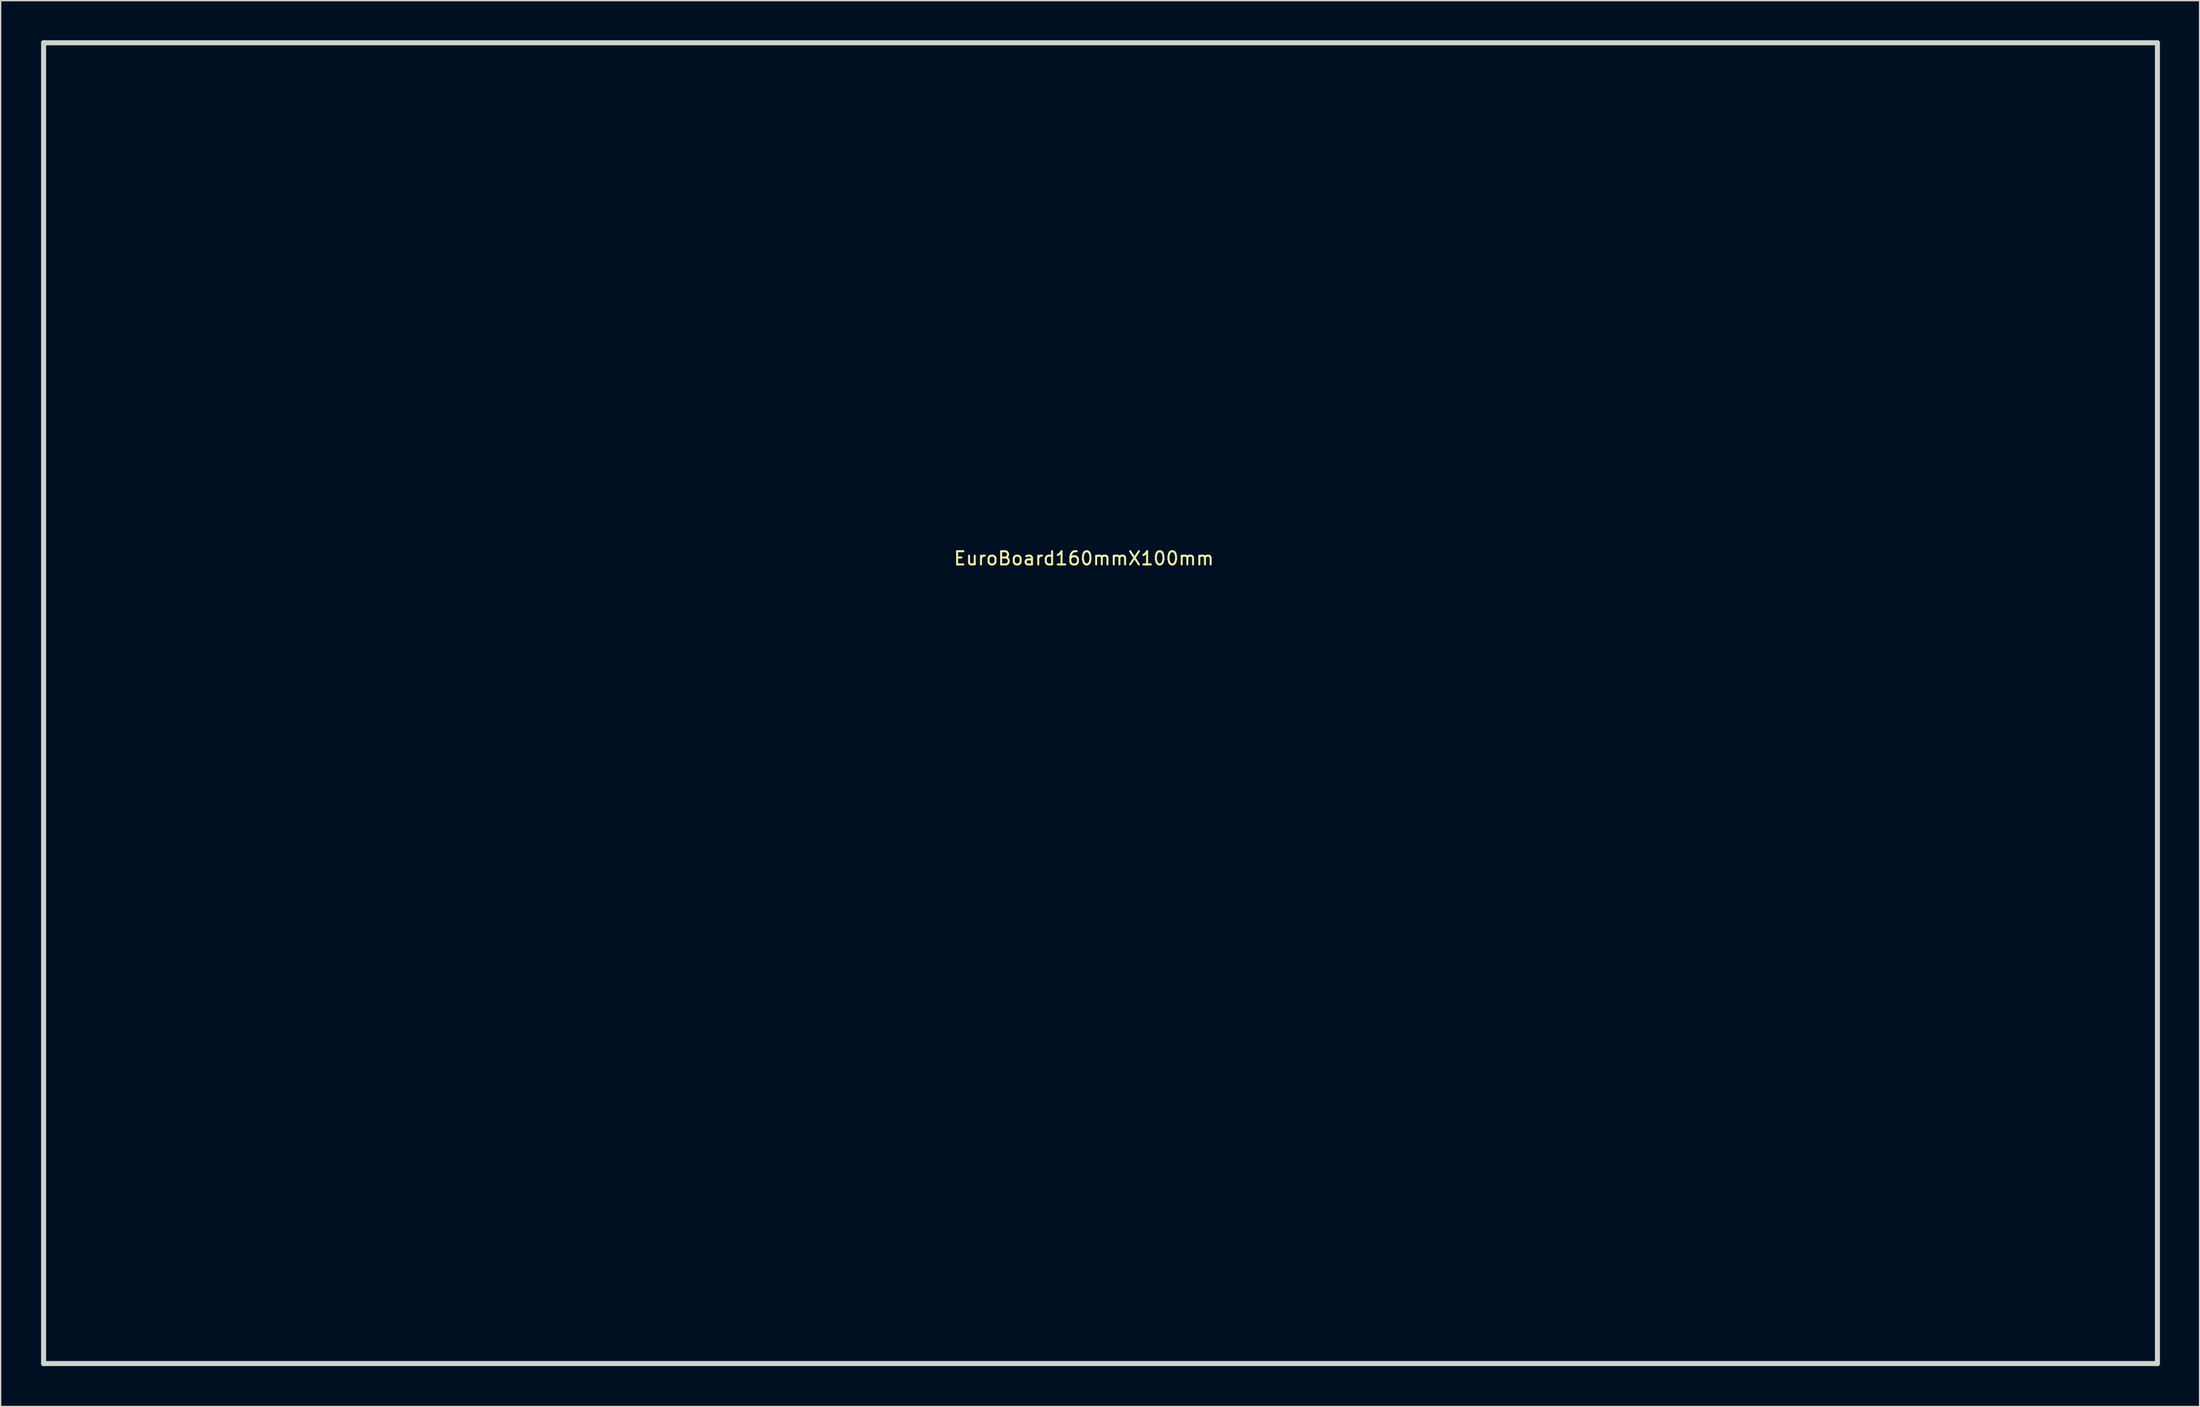
<source format=kicad_pcb>
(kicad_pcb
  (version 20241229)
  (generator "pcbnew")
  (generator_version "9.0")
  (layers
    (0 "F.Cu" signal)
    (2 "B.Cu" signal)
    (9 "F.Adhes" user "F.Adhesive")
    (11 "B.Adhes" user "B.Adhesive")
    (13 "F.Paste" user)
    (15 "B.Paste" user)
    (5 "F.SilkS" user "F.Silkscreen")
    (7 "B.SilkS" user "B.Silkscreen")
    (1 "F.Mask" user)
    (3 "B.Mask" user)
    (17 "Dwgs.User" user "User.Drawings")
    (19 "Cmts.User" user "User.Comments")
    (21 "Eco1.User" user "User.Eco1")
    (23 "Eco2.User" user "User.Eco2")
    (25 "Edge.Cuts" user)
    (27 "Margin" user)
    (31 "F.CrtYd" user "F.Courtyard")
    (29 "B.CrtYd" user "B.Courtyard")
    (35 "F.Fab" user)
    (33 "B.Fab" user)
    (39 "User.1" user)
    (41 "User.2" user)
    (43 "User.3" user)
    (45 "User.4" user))
  (footprint "EuroBoard160mmX100mm"
    (layer "F.Cu")
    (at 0.25 100.19)
    (property "Reference" "EuroBoard160mmX100mm" (at 78.74 -60.96 0) (layer "F.SilkS") (effects (font (size 1 1) (thickness 0.15))))
    (attr through_hole)
    (fp_line (start 0 -100) (end 0 0) (stroke (width 0.38) (type solid)) (layer "Edge.Cuts"))
    (fp_line (start 0 0) (end 160 0) (stroke (width 0.38) (type solid)) (layer "Edge.Cuts"))
    (fp_line (start 160 -100) (end 0 -100) (stroke (width 0.38) (type solid)) (layer "Edge.Cuts"))
    (fp_line (start 160 0) (end 160 -100) (stroke (width 0.38) (type solid)) (layer "Edge.Cuts")))
  (gr_rect
    (start -3 -3)
    (end 163.44 103.44)
    (stroke (width 0.1) (type default))
    (fill no)
    (layer "Edge.Cuts")))
</source>
